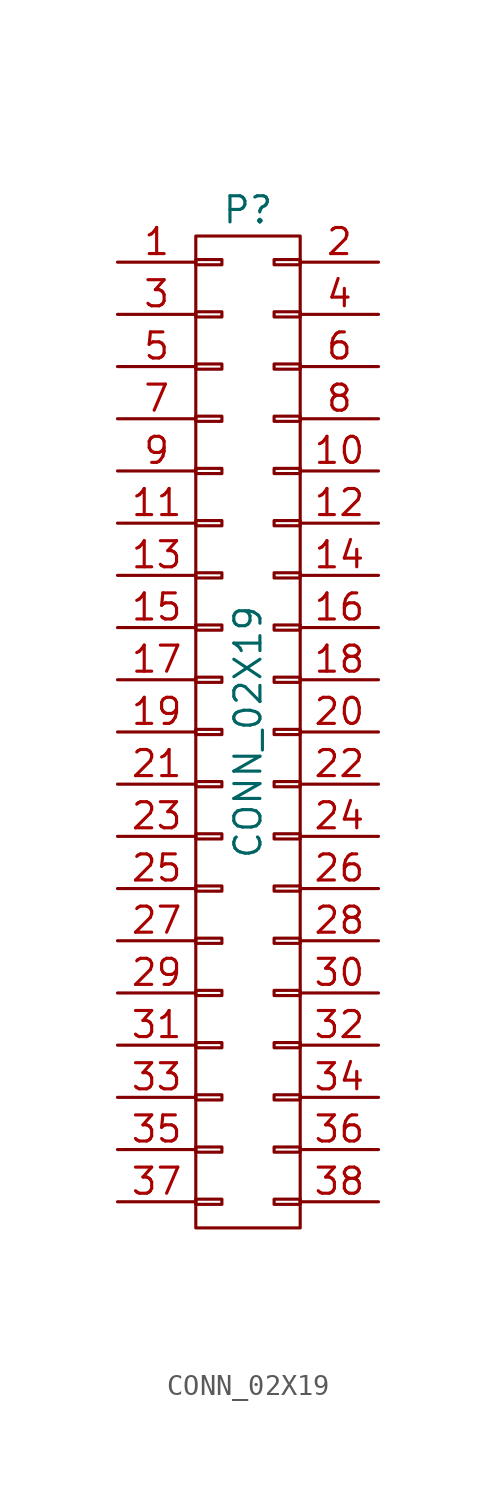
<source format=kicad_sym>
(kicad_symbol_lib
  (version 20231120)
  (generator "kicad_symbol_editor")
  (generator_version "8.0")
  (symbol "CONN_02X19"
    (pin_names
      (offset 0.025) hide)
    (property "Reference" "P"
      (at 0 25.4 0)
      (effects (font (size 1.27 1.27))))
    (property "Value" "CONN_02X19"
      (at 0 0 90)
      (effects (font (size 1.27 1.27))))
    (property "Footprint" ""
      (at 0 -25.4 0)
      (effects (font (size 1.27 1.27))))
    (property "Datasheet" ""
      (at 0 -25.4 0)
      (effects (font (size 1.27 1.27))))
    (symbol "CONN_02X19_0_1"
      (rectangle (start -2.54 -22.733) (end -1.27 -22.987) (stroke (width 0) (type solid)) (fill (type none)))
      (rectangle (start -2.54 -20.193) (end -1.27 -20.447) (stroke (width 0) (type solid)) (fill (type none)))
      (rectangle (start -2.54 -17.653) (end -1.27 -17.907) (stroke (width 0) (type solid)) (fill (type none)))
      (rectangle (start -2.54 -15.113) (end -1.27 -15.367) (stroke (width 0) (type solid)) (fill (type none)))
      (rectangle (start -2.54 -12.573) (end -1.27 -12.827) (stroke (width 0) (type solid)) (fill (type none)))
      (rectangle (start -2.54 -10.033) (end -1.27 -10.287) (stroke (width 0) (type solid)) (fill (type none)))
      (rectangle (start -2.54 -7.493) (end -1.27 -7.747) (stroke (width 0) (type solid)) (fill (type none)))
      (rectangle (start -2.54 -4.953) (end -1.27 -5.207) (stroke (width 0) (type solid)) (fill (type none)))
      (rectangle (start -2.54 -2.413) (end -1.27 -2.667) (stroke (width 0) (type solid)) (fill (type none)))
      (rectangle (start -2.54 0.127) (end -1.27 -0.127) (stroke (width 0) (type solid)) (fill (type none)))
      (rectangle (start -2.54 2.667) (end -1.27 2.413) (stroke (width 0) (type solid)) (fill (type none)))
      (rectangle (start -2.54 5.207) (end -1.27 4.953) (stroke (width 0) (type solid)) (fill (type none)))
      (rectangle (start -2.54 7.747) (end -1.27 7.493) (stroke (width 0) (type solid)) (fill (type none)))
      (rectangle (start -2.54 10.287) (end -1.27 10.033) (stroke (width 0) (type solid)) (fill (type none)))
      (rectangle (start -2.54 12.827) (end -1.27 12.573) (stroke (width 0) (type solid)) (fill (type none)))
      (rectangle (start -2.54 15.367) (end -1.27 15.113) (stroke (width 0) (type solid)) (fill (type none)))
      (rectangle (start -2.54 17.907) (end -1.27 17.653) (stroke (width 0) (type solid)) (fill (type none)))
      (rectangle (start -2.54 20.447) (end -1.27 20.193) (stroke (width 0) (type solid)) (fill (type none)))
      (rectangle (start -2.54 22.987) (end -1.27 22.733) (stroke (width 0) (type solid)) (fill (type none)))
      (rectangle (start -2.54 24.13) (end 2.54 -24.13) (stroke (width 0) (type solid)) (fill (type none)))
      (rectangle (start 1.27 -22.733) (end 2.54 -22.987) (stroke (width 0) (type solid)) (fill (type none)))
      (rectangle (start 1.27 -20.193) (end 2.54 -20.447) (stroke (width 0) (type solid)) (fill (type none)))
      (rectangle (start 1.27 -17.653) (end 2.54 -17.907) (stroke (width 0) (type solid)) (fill (type none)))
      (rectangle (start 1.27 -15.113) (end 2.54 -15.367) (stroke (width 0) (type solid)) (fill (type none)))
      (rectangle (start 1.27 -12.573) (end 2.54 -12.827) (stroke (width 0) (type solid)) (fill (type none)))
      (rectangle (start 1.27 -10.033) (end 2.54 -10.287) (stroke (width 0) (type solid)) (fill (type none)))
      (rectangle (start 1.27 -7.493) (end 2.54 -7.747) (stroke (width 0) (type solid)) (fill (type none)))
      (rectangle (start 1.27 -4.953) (end 2.54 -5.207) (stroke (width 0) (type solid)) (fill (type none)))
      (rectangle (start 1.27 -2.413) (end 2.54 -2.667) (stroke (width 0) (type solid)) (fill (type none)))
      (rectangle (start 1.27 0.127) (end 2.54 -0.127) (stroke (width 0) (type solid)) (fill (type none)))
      (rectangle (start 1.27 2.667) (end 2.54 2.413) (stroke (width 0) (type solid)) (fill (type none)))
      (rectangle (start 1.27 5.207) (end 2.54 4.953) (stroke (width 0) (type solid)) (fill (type none)))
      (rectangle (start 1.27 7.747) (end 2.54 7.493) (stroke (width 0) (type solid)) (fill (type none)))
      (rectangle (start 1.27 10.287) (end 2.54 10.033) (stroke (width 0) (type solid)) (fill (type none)))
      (rectangle (start 1.27 12.827) (end 2.54 12.573) (stroke (width 0) (type solid)) (fill (type none)))
      (rectangle (start 1.27 15.367) (end 2.54 15.113) (stroke (width 0) (type solid)) (fill (type none)))
      (rectangle (start 1.27 17.907) (end 2.54 17.653) (stroke (width 0) (type solid)) (fill (type none)))
      (rectangle (start 1.27 20.447) (end 2.54 20.193) (stroke (width 0) (type solid)) (fill (type none)))
      (rectangle (start 1.27 22.987) (end 2.54 22.733) (stroke (width 0) (type solid)) (fill (type none))))
    (symbol "CONN_02X19_1_1"
      (pin passive line (at -6.35 22.86 0) (length 3.81) (name "P1" (effects (font (size 1.27 1.27)))) (number "1" (effects (font (size 1.27 1.27)))))
      (pin passive line (at 6.35 12.7 180) (length 3.81) (name "P10" (effects (font (size 1.27 1.27)))) (number "10" (effects (font (size 1.27 1.27)))))
      (pin passive line (at -6.35 10.16 0) (length 3.81) (name "P11" (effects (font (size 1.27 1.27)))) (number "11" (effects (font (size 1.27 1.27)))))
      (pin passive line (at 6.35 10.16 180) (length 3.81) (name "P12" (effects (font (size 1.27 1.27)))) (number "12" (effects (font (size 1.27 1.27)))))
      (pin passive line (at -6.35 7.62 0) (length 3.81) (name "P13" (effects (font (size 1.27 1.27)))) (number "13" (effects (font (size 1.27 1.27)))))
      (pin passive line (at 6.35 7.62 180) (length 3.81) (name "P14" (effects (font (size 1.27 1.27)))) (number "14" (effects (font (size 1.27 1.27)))))
      (pin passive line (at -6.35 5.08 0) (length 3.81) (name "P15" (effects (font (size 1.27 1.27)))) (number "15" (effects (font (size 1.27 1.27)))))
      (pin passive line (at 6.35 5.08 180) (length 3.81) (name "P16" (effects (font (size 1.27 1.27)))) (number "16" (effects (font (size 1.27 1.27)))))
      (pin passive line (at -6.35 2.54 0) (length 3.81) (name "P17" (effects (font (size 1.27 1.27)))) (number "17" (effects (font (size 1.27 1.27)))))
      (pin passive line (at 6.35 2.54 180) (length 3.81) (name "P18" (effects (font (size 1.27 1.27)))) (number "18" (effects (font (size 1.27 1.27)))))
      (pin passive line (at -6.35 0 0) (length 3.81) (name "P19" (effects (font (size 1.27 1.27)))) (number "19" (effects (font (size 1.27 1.27)))))
      (pin passive line (at 6.35 22.86 180) (length 3.81) (name "P2" (effects (font (size 1.27 1.27)))) (number "2" (effects (font (size 1.27 1.27)))))
      (pin passive line (at 6.35 0 180) (length 3.81) (name "P20" (effects (font (size 1.27 1.27)))) (number "20" (effects (font (size 1.27 1.27)))))
      (pin passive line (at -6.35 -2.54 0) (length 3.81) (name "P21" (effects (font (size 1.27 1.27)))) (number "21" (effects (font (size 1.27 1.27)))))
      (pin passive line (at 6.35 -2.54 180) (length 3.81) (name "P22" (effects (font (size 1.27 1.27)))) (number "22" (effects (font (size 1.27 1.27)))))
      (pin passive line (at -6.35 -5.08 0) (length 3.81) (name "P23" (effects (font (size 1.27 1.27)))) (number "23" (effects (font (size 1.27 1.27)))))
      (pin passive line (at 6.35 -5.08 180) (length 3.81) (name "P24" (effects (font (size 1.27 1.27)))) (number "24" (effects (font (size 1.27 1.27)))))
      (pin passive line (at -6.35 -7.62 0) (length 3.81) (name "P25" (effects (font (size 1.27 1.27)))) (number "25" (effects (font (size 1.27 1.27)))))
      (pin passive line (at 6.35 -7.62 180) (length 3.81) (name "P26" (effects (font (size 1.27 1.27)))) (number "26" (effects (font (size 1.27 1.27)))))
      (pin passive line (at -6.35 -10.16 0) (length 3.81) (name "P27" (effects (font (size 1.27 1.27)))) (number "27" (effects (font (size 1.27 1.27)))))
      (pin passive line (at 6.35 -10.16 180) (length 3.81) (name "P28" (effects (font (size 1.27 1.27)))) (number "28" (effects (font (size 1.27 1.27)))))
      (pin passive line (at -6.35 -12.7 0) (length 3.81) (name "P29" (effects (font (size 1.27 1.27)))) (number "29" (effects (font (size 1.27 1.27)))))
      (pin passive line (at -6.35 20.32 0) (length 3.81) (name "P3" (effects (font (size 1.27 1.27)))) (number "3" (effects (font (size 1.27 1.27)))))
      (pin passive line (at 6.35 -12.7 180) (length 3.81) (name "P30" (effects (font (size 1.27 1.27)))) (number "30" (effects (font (size 1.27 1.27)))))
      (pin passive line (at -6.35 -15.24 0) (length 3.81) (name "P31" (effects (font (size 1.27 1.27)))) (number "31" (effects (font (size 1.27 1.27)))))
      (pin passive line (at 6.35 -15.24 180) (length 3.81) (name "P32" (effects (font (size 1.27 1.27)))) (number "32" (effects (font (size 1.27 1.27)))))
      (pin passive line (at -6.35 -17.78 0) (length 3.81) (name "P33" (effects (font (size 1.27 1.27)))) (number "33" (effects (font (size 1.27 1.27)))))
      (pin passive line (at 6.35 -17.78 180) (length 3.81) (name "P34" (effects (font (size 1.27 1.27)))) (number "34" (effects (font (size 1.27 1.27)))))
      (pin passive line (at -6.35 -20.32 0) (length 3.81) (name "P35" (effects (font (size 1.27 1.27)))) (number "35" (effects (font (size 1.27 1.27)))))
      (pin passive line (at 6.35 -20.32 180) (length 3.81) (name "P36" (effects (font (size 1.27 1.27)))) (number "36" (effects (font (size 1.27 1.27)))))
      (pin passive line (at -6.35 -22.86 0) (length 3.81) (name "P37" (effects (font (size 1.27 1.27)))) (number "37" (effects (font (size 1.27 1.27)))))
      (pin passive line (at 6.35 -22.86 180) (length 3.81) (name "P38" (effects (font (size 1.27 1.27)))) (number "38" (effects (font (size 1.27 1.27)))))
      (pin passive line (at 6.35 20.32 180) (length 3.81) (name "P4" (effects (font (size 1.27 1.27)))) (number "4" (effects (font (size 1.27 1.27)))))
      (pin passive line (at -6.35 17.78 0) (length 3.81) (name "P5" (effects (font (size 1.27 1.27)))) (number "5" (effects (font (size 1.27 1.27)))))
      (pin passive line (at 6.35 17.78 180) (length 3.81) (name "P6" (effects (font (size 1.27 1.27)))) (number "6" (effects (font (size 1.27 1.27)))))
      (pin passive line (at -6.35 15.24 0) (length 3.81) (name "P7" (effects (font (size 1.27 1.27)))) (number "7" (effects (font (size 1.27 1.27)))))
      (pin passive line (at 6.35 15.24 180) (length 3.81) (name "P8" (effects (font (size 1.27 1.27)))) (number "8" (effects (font (size 1.27 1.27)))))
      (pin passive line (at -6.35 12.7 0) (length 3.81) (name "P9" (effects (font (size 1.27 1.27)))) (number "9" (effects (font (size 1.27 1.27))))))))
</source>
